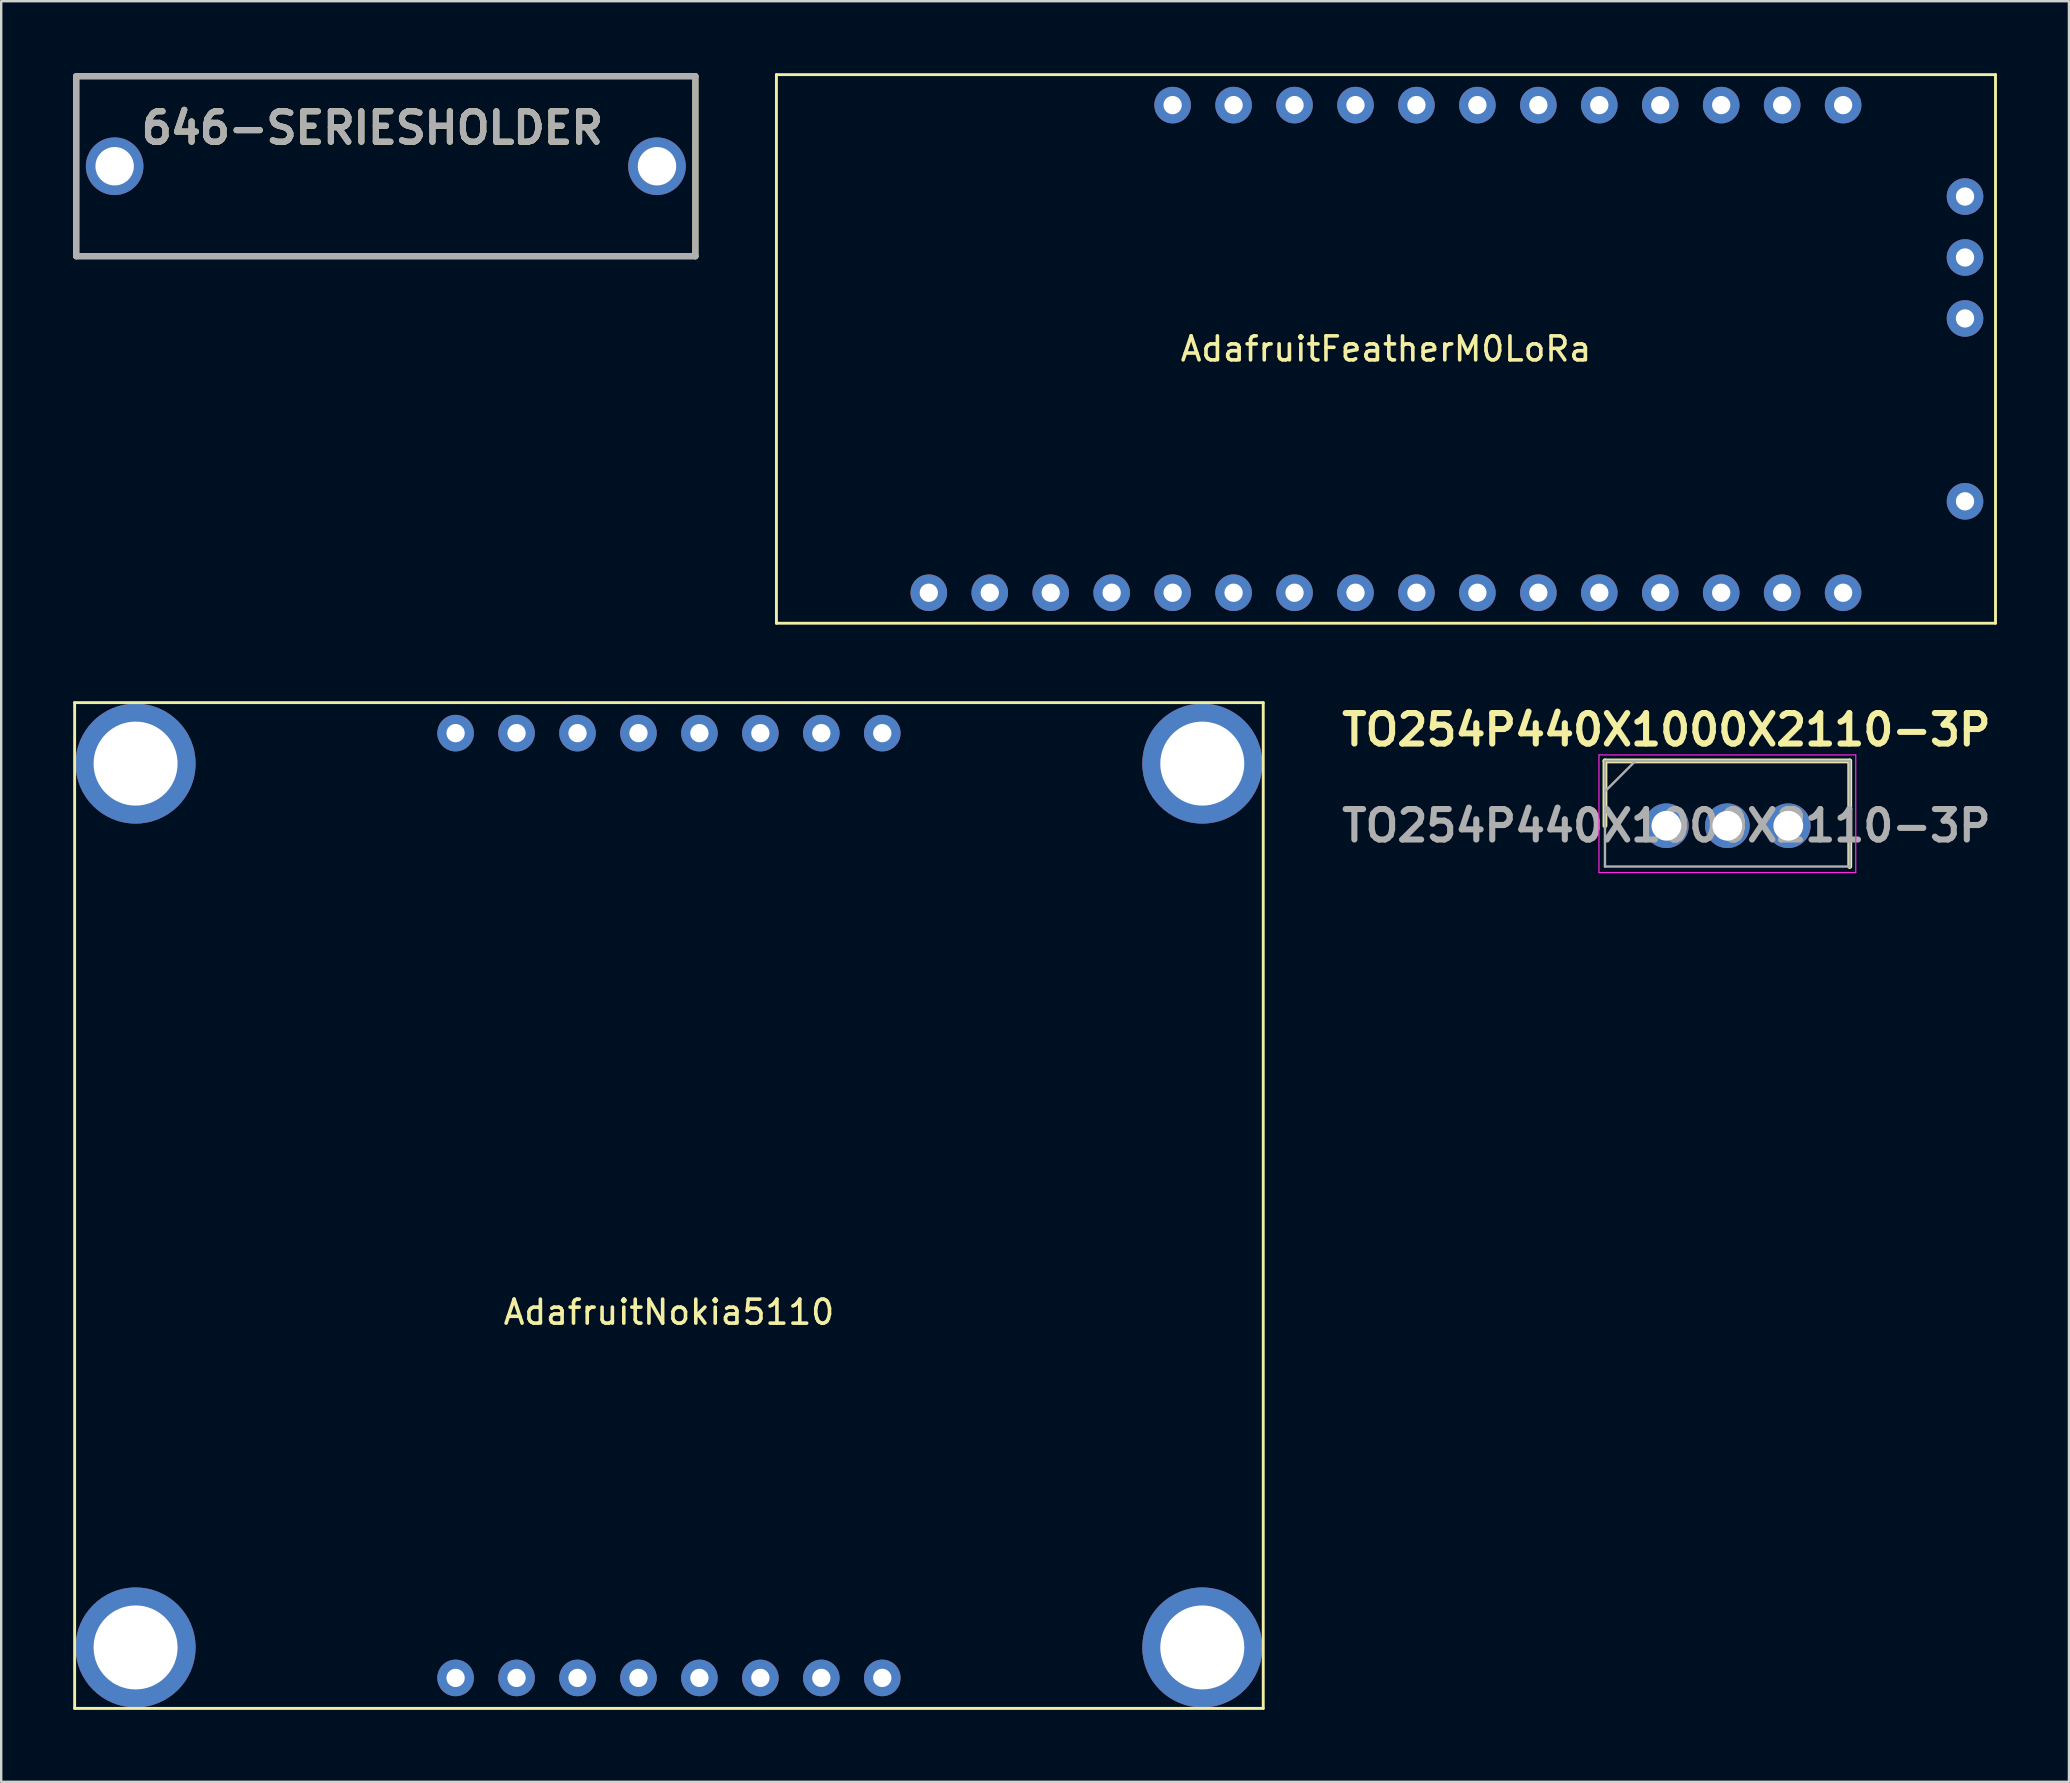
<source format=kicad_pcb>
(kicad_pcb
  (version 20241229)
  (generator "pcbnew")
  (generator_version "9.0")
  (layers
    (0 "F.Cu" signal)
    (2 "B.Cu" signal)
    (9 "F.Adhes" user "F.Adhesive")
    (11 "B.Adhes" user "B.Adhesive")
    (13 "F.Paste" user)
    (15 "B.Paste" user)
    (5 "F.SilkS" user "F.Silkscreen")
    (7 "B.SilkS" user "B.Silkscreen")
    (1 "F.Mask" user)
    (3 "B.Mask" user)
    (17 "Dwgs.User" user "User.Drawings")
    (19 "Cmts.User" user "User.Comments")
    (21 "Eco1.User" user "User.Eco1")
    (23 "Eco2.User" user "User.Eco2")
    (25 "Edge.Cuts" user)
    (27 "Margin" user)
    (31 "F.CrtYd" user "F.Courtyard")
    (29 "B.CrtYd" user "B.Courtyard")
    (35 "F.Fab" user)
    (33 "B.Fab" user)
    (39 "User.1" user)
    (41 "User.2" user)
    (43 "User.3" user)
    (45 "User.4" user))
  (footprint "AdafruitFeatherM0LoRa"
    (layer "F.Cu")
    (at 29.304 22.92)
    (property "Reference" "AdafruitFeatherM0LoRa" (at 25.4 -11.43 180) (layer "F.SilkS") (effects (font (size 1 1) (thickness 0.15))))
    (attr through_hole)
    (fp_line (start 0 -22.86) (end 50.8 -22.86) (stroke (width 0.12) (type solid)) (layer "F.SilkS"))
    (fp_line (start 0 0) (end 0 -22.86) (stroke (width 0.12) (type solid)) (layer "F.SilkS"))
    (fp_line (start 50.8 -22.86) (end 50.8 0) (stroke (width 0.12) (type solid)) (layer "F.SilkS"))
    (fp_line (start 50.8 0) (end 0 0) (stroke (width 0.12) (type solid)) (layer "F.SilkS"))
    (pad "1" thru_hole circle (at 49.53 -5.08) (size 1.524 1.524) (drill 0.762) (layers "*.Cu" "*.Mask"))
    (pad "2" thru_hole circle (at 49.53 -12.7) (size 1.524 1.524) (drill 0.762) (layers "*.Cu" "*.Mask"))
    (pad "3" thru_hole circle (at 49.53 -15.24) (size 1.524 1.524) (drill 0.762) (layers "*.Cu" "*.Mask"))
    (pad "4" thru_hole circle (at 49.53 -17.78) (size 1.524 1.524) (drill 0.762) (layers "*.Cu" "*.Mask"))
    (pad "5" thru_hole circle (at 44.45 -21.59) (size 1.524 1.524) (drill 0.762) (layers "*.Cu" "*.Mask"))
    (pad "6" thru_hole circle (at 41.91 -21.59) (size 1.524 1.524) (drill 0.762) (layers "*.Cu" "*.Mask"))
    (pad "7" thru_hole circle (at 39.37 -21.59) (size 1.524 1.524) (drill 0.762) (layers "*.Cu" "*.Mask"))
    (pad "8" thru_hole circle (at 36.83 -21.59) (size 1.524 1.524) (drill 0.762) (layers "*.Cu" "*.Mask"))
    (pad "9" thru_hole circle (at 34.29 -21.59) (size 1.524 1.524) (drill 0.762) (layers "*.Cu" "*.Mask"))
    (pad "10" thru_hole circle (at 31.75 -21.59) (size 1.524 1.524) (drill 0.762) (layers "*.Cu" "*.Mask"))
    (pad "11" thru_hole circle (at 29.21 -21.59) (size 1.524 1.524) (drill 0.762) (layers "*.Cu" "*.Mask"))
    (pad "12" thru_hole circle (at 26.67 -21.59) (size 1.524 1.524) (drill 0.762) (layers "*.Cu" "*.Mask"))
    (pad "13" thru_hole circle (at 24.13 -21.59) (size 1.524 1.524) (drill 0.762) (layers "*.Cu" "*.Mask"))
    (pad "14" thru_hole circle (at 21.59 -21.59) (size 1.524 1.524) (drill 0.762) (layers "*.Cu" "*.Mask"))
    (pad "15" thru_hole circle (at 19.05 -21.59) (size 1.524 1.524) (drill 0.762) (layers "*.Cu" "*.Mask"))
    (pad "16" thru_hole circle (at 16.51 -21.59) (size 1.524 1.524) (drill 0.762) (layers "*.Cu" "*.Mask"))
    (pad "17" thru_hole circle (at 44.45 -1.27) (size 1.524 1.524) (drill 0.762) (layers "*.Cu" "*.Mask"))
    (pad "18" thru_hole circle (at 41.91 -1.27) (size 1.524 1.524) (drill 0.762) (layers "*.Cu" "*.Mask"))
    (pad "19" thru_hole circle (at 39.37 -1.27) (size 1.524 1.524) (drill 0.762) (layers "*.Cu" "*.Mask"))
    (pad "20" thru_hole circle (at 36.83 -1.27) (size 1.524 1.524) (drill 0.762) (layers "*.Cu" "*.Mask"))
    (pad "21" thru_hole circle (at 34.29 -1.27) (size 1.524 1.524) (drill 0.762) (layers "*.Cu" "*.Mask"))
    (pad "22" thru_hole circle (at 31.75 -1.27) (size 1.524 1.524) (drill 0.762) (layers "*.Cu" "*.Mask"))
    (pad "23" thru_hole circle (at 29.21 -1.27) (size 1.524 1.524) (drill 0.762) (layers "*.Cu" "*.Mask"))
    (pad "24" thru_hole circle (at 26.67 -1.27) (size 1.524 1.524) (drill 0.762) (layers "*.Cu" "*.Mask"))
    (pad "25" thru_hole circle (at 24.13 -1.27) (size 1.524 1.524) (drill 0.762) (layers "*.Cu" "*.Mask"))
    (pad "26" thru_hole circle (at 21.59 -1.27) (size 1.524 1.524) (drill 0.762) (layers "*.Cu" "*.Mask"))
    (pad "27" thru_hole circle (at 19.05 -1.27) (size 1.524 1.524) (drill 0.762) (layers "*.Cu" "*.Mask"))
    (pad "28" thru_hole circle (at 16.51 -1.27) (size 1.524 1.524) (drill 0.762) (layers "*.Cu" "*.Mask"))
    (pad "29" thru_hole circle (at 13.97 -1.27) (size 1.524 1.524) (drill 0.762) (layers "*.Cu" "*.Mask"))
    (pad "30" thru_hole circle (at 11.43 -1.27) (size 1.524 1.524) (drill 0.762) (layers "*.Cu" "*.Mask"))
    (pad "31" thru_hole circle (at 8.89 -1.27) (size 1.524 1.524) (drill 0.762) (layers "*.Cu" "*.Mask"))
    (pad "32" thru_hole circle (at 6.35 -1.27) (size 1.524 1.524) (drill 0.762) (layers "*.Cu" "*.Mask")))
  (footprint "646-SERIESHOLDER"
    (layer "F.Cu")
    (at 13.027 3.877)
    (property "Reference" "646-SERIESHOLDER" (at -0.565 -1.595 0) (layer "F.SilkS") (effects (font (size 1.27 1.27) (thickness 0.254))))
    (attr through_hole)
    (fp_line (start -12.9 -3.75) (end 12.9 -3.75) (stroke (width 0.254) (type solid)) (layer "F.SilkS"))
    (fp_line (start -12.9 3.75) (end -12.9 -3.75) (stroke (width 0.254) (type solid)) (layer "F.SilkS"))
    (fp_line (start 12.9 -3.75) (end 12.9 3.75) (stroke (width 0.254) (type solid)) (layer "F.SilkS"))
    (fp_line (start 12.9 3.75) (end -12.9 3.75) (stroke (width 0.254) (type solid)) (layer "F.SilkS"))
    (fp_line (start -12.9 -3.75) (end 12.9 -3.75) (stroke (width 0.254) (type solid)) (layer "F.Fab"))
    (fp_line (start -12.9 3.75) (end -12.9 -3.75) (stroke (width 0.254) (type solid)) (layer "F.Fab"))
    (fp_line (start 12.9 -3.75) (end 12.9 3.75) (stroke (width 0.254) (type solid)) (layer "F.Fab"))
    (fp_line (start 12.9 3.75) (end -12.9 3.75) (stroke (width 0.254) (type solid)) (layer "F.Fab"))
    (fp_text user "${REFERENCE}" (at -0.565 -1.595 0) (layer "F.Fab") (effects (font (size 1.27 1.27) (thickness 0.254))))
    (pad "1" thru_hole circle (at -11.3 0) (size 2.4 2.4) (drill 1.6) (layers "*.Cu" "*.Mask"))
    (pad "2" thru_hole circle (at 11.3 0) (size 2.4 2.4) (drill 1.6) (layers "*.Cu" "*.Mask")))
  (footprint "AdafruitNokia5110"
    (layer "F.Cu")
    (at 24.825 49.09)
    (property "Reference" "AdafruitNokia5110" (at 0 2.54 0) (layer "F.SilkS") (effects (font (size 1 1) (thickness 0.15))))
    (attr through_hole)
    (fp_line (start -24.765 -22.86) (end -24.765 19.05) (stroke (width 0.12) (type solid)) (layer "F.SilkS"))
    (fp_line (start -24.765 19.05) (end 24.765 19.05) (stroke (width 0.12) (type solid)) (layer "F.SilkS"))
    (fp_line (start 24.765 -22.86) (end -24.765 -22.86) (stroke (width 0.12) (type solid)) (layer "F.SilkS"))
    (fp_line (start 24.765 19.05) (end 24.765 -22.86) (stroke (width 0.12) (type solid)) (layer "F.SilkS"))
    (pad "" thru_hole circle (at -22.225 -20.32) (size 5 5) (drill 3.5) (layers "*.Cu" "*.Mask"))
    (pad "" thru_hole circle (at -22.225 16.51) (size 5 5) (drill 3.5) (layers "*.Cu" "*.Mask"))
    (pad "" thru_hole circle (at 22.225 -20.32) (size 5 5) (drill 3.5) (layers "*.Cu" "*.Mask"))
    (pad "" thru_hole circle (at 22.225 16.51) (size 5 5) (drill 3.5) (layers "*.Cu" "*.Mask"))
    (pad "1" thru_hole circle (at -8.89 -21.59) (size 1.524 1.524) (drill 0.762) (layers "*.Cu" "*.Mask"))
    (pad "1" thru_hole circle (at -8.89 17.78) (size 1.524 1.524) (drill 0.762) (layers "*.Cu" "*.Mask"))
    (pad "2" thru_hole circle (at -6.35 -21.59) (size 1.524 1.524) (drill 0.762) (layers "*.Cu" "*.Mask"))
    (pad "2" thru_hole circle (at -6.35 17.78) (size 1.524 1.524) (drill 0.762) (layers "*.Cu" "*.Mask"))
    (pad "3" thru_hole circle (at -3.81 -21.59) (size 1.524 1.524) (drill 0.762) (layers "*.Cu" "*.Mask"))
    (pad "3" thru_hole circle (at -3.81 17.78) (size 1.524 1.524) (drill 0.762) (layers "*.Cu" "*.Mask"))
    (pad "4" thru_hole circle (at -1.27 -21.59) (size 1.524 1.524) (drill 0.762) (layers "*.Cu" "*.Mask"))
    (pad "4" thru_hole circle (at -1.27 17.78) (size 1.524 1.524) (drill 0.762) (layers "*.Cu" "*.Mask"))
    (pad "5" thru_hole circle (at 1.27 -21.59) (size 1.524 1.524) (drill 0.762) (layers "*.Cu" "*.Mask"))
    (pad "5" thru_hole circle (at 1.27 17.78) (size 1.524 1.524) (drill 0.762) (layers "*.Cu" "*.Mask"))
    (pad "6" thru_hole circle (at 3.81 -21.59) (size 1.524 1.524) (drill 0.762) (layers "*.Cu" "*.Mask"))
    (pad "6" thru_hole circle (at 3.81 17.78) (size 1.524 1.524) (drill 0.762) (layers "*.Cu" "*.Mask"))
    (pad "7" thru_hole circle (at 6.35 -21.59) (size 1.524 1.524) (drill 0.762) (layers "*.Cu" "*.Mask"))
    (pad "7" thru_hole circle (at 6.35 17.78) (size 1.524 1.524) (drill 0.762) (layers "*.Cu" "*.Mask"))
    (pad "8" thru_hole circle (at 8.89 -21.59) (size 1.524 1.524) (drill 0.762) (layers "*.Cu" "*.Mask"))
    (pad "8" thru_hole circle (at 8.89 17.78) (size 1.524 1.524) (drill 0.762) (layers "*.Cu" "*.Mask")))
  (footprint "TO254P440X1000X2110-3P"
    (layer "F.Cu")
    (at 66.39 31.359)
    (property "Reference" "TO254P440X1000X2110-3P" (at 0 -4 0) (layer "F.SilkS") (effects (font (size 1.27 1.27) (thickness 0.254))))
    (attr through_hole)
    (fp_line (start -2.56 -2.7) (end -2.56 0) (stroke (width 0.2) (type solid)) (layer "F.SilkS"))
    (fp_line (start 7.64 -2.7) (end -2.56 -2.7) (stroke (width 0.2) (type solid)) (layer "F.SilkS"))
    (fp_line (start 7.64 1.7) (end 7.64 -2.7) (stroke (width 0.2) (type solid)) (layer "F.SilkS"))
    (fp_line (start -2.81 -2.95) (end 7.89 -2.95) (stroke (width 0.05) (type solid)) (layer "F.CrtYd"))
    (fp_line (start -2.81 1.95) (end -2.81 -2.95) (stroke (width 0.05) (type solid)) (layer "F.CrtYd"))
    (fp_line (start 7.89 -2.95) (end 7.89 1.95) (stroke (width 0.05) (type solid)) (layer "F.CrtYd"))
    (fp_line (start 7.89 1.95) (end -2.81 1.95) (stroke (width 0.05) (type solid)) (layer "F.CrtYd"))
    (fp_line (start -2.56 -2.7) (end 7.64 -2.7) (stroke (width 0.1) (type solid)) (layer "F.Fab"))
    (fp_line (start -2.56 -1.43) (end -1.29 -2.7) (stroke (width 0.1) (type solid)) (layer "F.Fab"))
    (fp_line (start -2.56 1.7) (end -2.56 -2.7) (stroke (width 0.1) (type solid)) (layer "F.Fab"))
    (fp_line (start 7.64 -2.7) (end 7.64 1.7) (stroke (width 0.1) (type solid)) (layer "F.Fab"))
    (fp_line (start 7.64 1.7) (end -2.56 1.7) (stroke (width 0.1) (type solid)) (layer "F.Fab"))
    (fp_text user "${REFERENCE}" (at 0 0 0) (layer "F.Fab") (effects (font (size 1.27 1.27) (thickness 0.254))))
    (pad "1" thru_hole circle (at 0 0) (size 1.86 1.86) (drill 1.24) (layers "*.Cu" "*.Mask"))
    (pad "2" thru_hole circle (at 2.54 0) (size 1.86 1.86) (drill 1.24) (layers "*.Cu" "*.Mask"))
    (pad "3" thru_hole circle (at 5.08 0) (size 1.86 1.86) (drill 1.24) (layers "*.Cu" "*.Mask")))
  (gr_rect
    (start -3 -3)
    (end 83.164 71.2)
    (stroke (width 0.1) (type default))
    (fill no)
    (layer "Edge.Cuts")))
</source>
